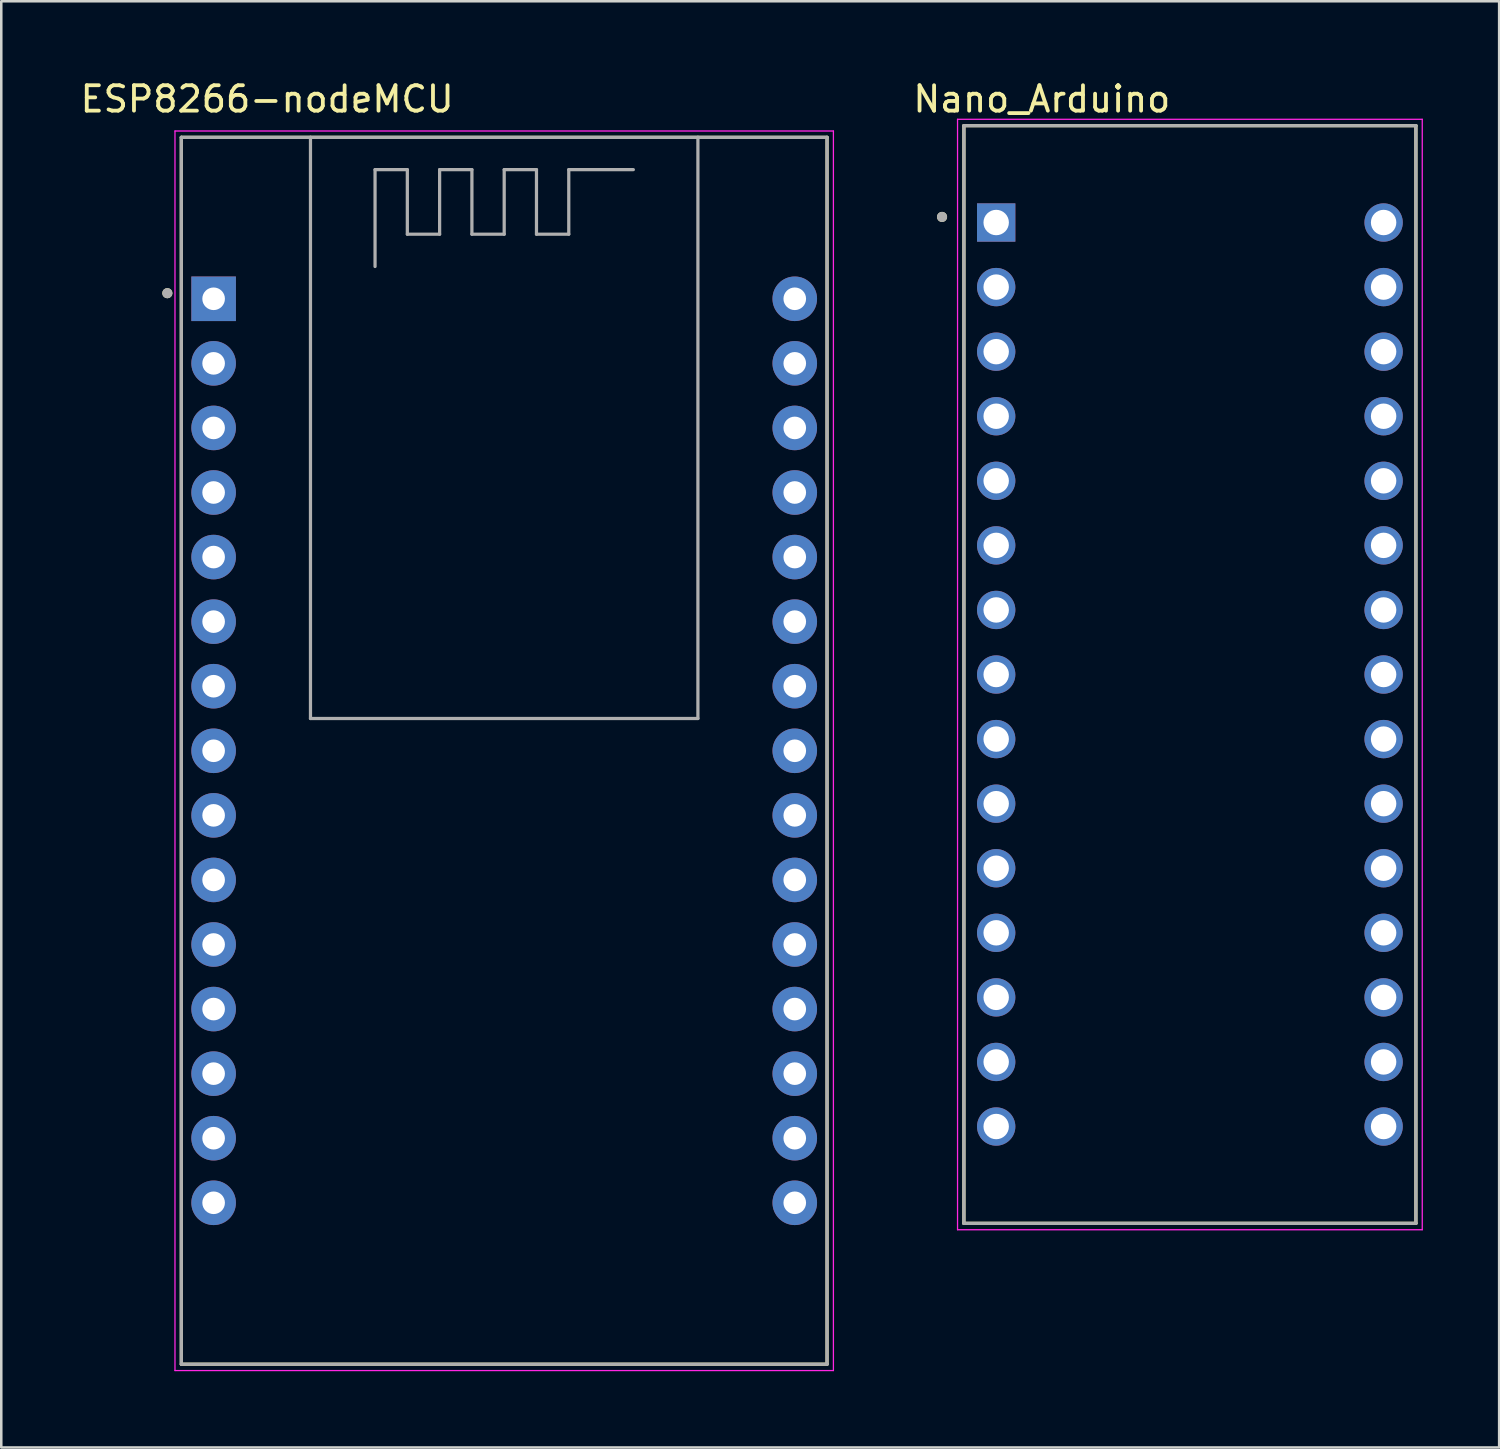
<source format=kicad_pcb>
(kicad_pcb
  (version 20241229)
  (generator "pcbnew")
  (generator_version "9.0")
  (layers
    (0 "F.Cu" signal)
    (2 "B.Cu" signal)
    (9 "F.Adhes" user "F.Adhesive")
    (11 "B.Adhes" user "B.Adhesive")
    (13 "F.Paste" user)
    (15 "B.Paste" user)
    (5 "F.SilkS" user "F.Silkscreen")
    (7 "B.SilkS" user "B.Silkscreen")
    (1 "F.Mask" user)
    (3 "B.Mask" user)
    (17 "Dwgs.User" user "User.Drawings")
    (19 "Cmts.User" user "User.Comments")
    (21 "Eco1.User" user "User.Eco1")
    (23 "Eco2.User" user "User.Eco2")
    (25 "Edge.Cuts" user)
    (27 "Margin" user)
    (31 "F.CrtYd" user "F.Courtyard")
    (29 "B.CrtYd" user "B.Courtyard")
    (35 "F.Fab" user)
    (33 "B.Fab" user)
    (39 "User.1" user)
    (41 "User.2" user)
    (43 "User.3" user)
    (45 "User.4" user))
  (footprint "Nano_Arduino"
    (layer "F.Cu")
    (at 43.756 23.483)
    (property "Reference" "Nano_Arduino" (at -5.825 -22.635 0) (layer "F.SilkS") (effects (font (size 1 1) (thickness 0.15))))
    (attr through_hole)
    (fp_line (start -8.89 -21.59) (end 8.89 -21.59) (stroke (width 0.127) (type solid)) (layer "F.SilkS"))
    (fp_line (start -8.89 21.59) (end -8.89 -21.59) (stroke (width 0.127) (type solid)) (layer "F.SilkS"))
    (fp_line (start 8.89 -21.59) (end 8.89 21.59) (stroke (width 0.127) (type solid)) (layer "F.SilkS"))
    (fp_line (start 8.89 21.59) (end -8.89 21.59) (stroke (width 0.127) (type solid)) (layer "F.SilkS"))
    (fp_circle (center -9.75 -18) (end -9.65 -18) (stroke (width 0.2) (type solid)) (fill no) (layer "F.SilkS"))
    (fp_line (start -9.14 -21.84) (end 9.14 -21.84) (stroke (width 0.05) (type solid)) (layer "F.CrtYd"))
    (fp_line (start -9.14 21.84) (end -9.14 -21.84) (stroke (width 0.05) (type solid)) (layer "F.CrtYd"))
    (fp_line (start 9.14 -21.84) (end 9.14 21.84) (stroke (width 0.05) (type solid)) (layer "F.CrtYd"))
    (fp_line (start 9.14 21.84) (end -9.14 21.84) (stroke (width 0.05) (type solid)) (layer "F.CrtYd"))
    (fp_line (start -8.89 -21.59) (end 8.89 -21.59) (stroke (width 0.127) (type solid)) (layer "F.Fab"))
    (fp_line (start -8.89 21.59) (end -8.89 -21.59) (stroke (width 0.127) (type solid)) (layer "F.Fab"))
    (fp_line (start 8.89 -21.59) (end 8.89 21.59) (stroke (width 0.127) (type solid)) (layer "F.Fab"))
    (fp_line (start 8.89 21.59) (end -8.89 21.59) (stroke (width 0.127) (type solid)) (layer "F.Fab"))
    (fp_circle (center -9.75 -18) (end -9.65 -18) (stroke (width 0.2) (type solid)) (fill no) (layer "F.Fab"))
    (pad "1" thru_hole rect (at -7.62 -17.78) (size 1.508 1.508) (drill 1) (layers "*.Cu" "*.Mask"))
    (pad "2" thru_hole circle (at -7.62 -15.24) (size 1.508 1.508) (drill 1) (layers "*.Cu" "*.Mask"))
    (pad "3" thru_hole circle (at -7.62 -12.7) (size 1.508 1.508) (drill 1) (layers "*.Cu" "*.Mask"))
    (pad "4" thru_hole circle (at -7.62 -10.16) (size 1.508 1.508) (drill 1) (layers "*.Cu" "*.Mask"))
    (pad "5" thru_hole circle (at -7.62 -7.62) (size 1.508 1.508) (drill 1) (layers "*.Cu" "*.Mask"))
    (pad "6" thru_hole circle (at -7.62 -5.08) (size 1.508 1.508) (drill 1) (layers "*.Cu" "*.Mask"))
    (pad "7" thru_hole circle (at -7.62 -2.54) (size 1.508 1.508) (drill 1) (layers "*.Cu" "*.Mask"))
    (pad "8" thru_hole circle (at -7.62 0) (size 1.508 1.508) (drill 1) (layers "*.Cu" "*.Mask"))
    (pad "9" thru_hole circle (at -7.62 2.54) (size 1.508 1.508) (drill 1) (layers "*.Cu" "*.Mask"))
    (pad "10" thru_hole circle (at -7.62 5.08) (size 1.508 1.508) (drill 1) (layers "*.Cu" "*.Mask"))
    (pad "11" thru_hole circle (at -7.62 7.62) (size 1.508 1.508) (drill 1) (layers "*.Cu" "*.Mask"))
    (pad "12" thru_hole circle (at -7.62 10.16) (size 1.508 1.508) (drill 1) (layers "*.Cu" "*.Mask"))
    (pad "13" thru_hole circle (at -7.62 12.7) (size 1.508 1.508) (drill 1) (layers "*.Cu" "*.Mask"))
    (pad "14" thru_hole circle (at -7.62 15.24) (size 1.508 1.508) (drill 1) (layers "*.Cu" "*.Mask"))
    (pad "15" thru_hole circle (at -7.62 17.78) (size 1.508 1.508) (drill 1) (layers "*.Cu" "*.Mask"))
    (pad "16" thru_hole circle (at 7.62 17.78) (size 1.508 1.508) (drill 1) (layers "*.Cu" "*.Mask"))
    (pad "17" thru_hole circle (at 7.62 15.24) (size 1.508 1.508) (drill 1) (layers "*.Cu" "*.Mask"))
    (pad "18" thru_hole circle (at 7.62 12.7) (size 1.508 1.508) (drill 1) (layers "*.Cu" "*.Mask"))
    (pad "19" thru_hole circle (at 7.62 10.16) (size 1.508 1.508) (drill 1) (layers "*.Cu" "*.Mask"))
    (pad "20" thru_hole circle (at 7.62 7.62) (size 1.508 1.508) (drill 1) (layers "*.Cu" "*.Mask"))
    (pad "21" thru_hole circle (at 7.62 5.08) (size 1.508 1.508) (drill 1) (layers "*.Cu" "*.Mask"))
    (pad "22" thru_hole circle (at 7.62 2.54) (size 1.508 1.508) (drill 1) (layers "*.Cu" "*.Mask"))
    (pad "23" thru_hole circle (at 7.62 0) (size 1.508 1.508) (drill 1) (layers "*.Cu" "*.Mask"))
    (pad "24" thru_hole circle (at 7.62 -2.54) (size 1.508 1.508) (drill 1) (layers "*.Cu" "*.Mask"))
    (pad "25" thru_hole circle (at 7.62 -5.08) (size 1.508 1.508) (drill 1) (layers "*.Cu" "*.Mask"))
    (pad "26" thru_hole circle (at 7.62 -7.62) (size 1.508 1.508) (drill 1) (layers "*.Cu" "*.Mask"))
    (pad "27" thru_hole circle (at 7.62 -10.16) (size 1.508 1.508) (drill 1) (layers "*.Cu" "*.Mask"))
    (pad "28" thru_hole circle (at 7.62 -12.7) (size 1.508 1.508) (drill 1) (layers "*.Cu" "*.Mask"))
    (pad "29" thru_hole circle (at 7.62 -15.24) (size 1.508 1.508) (drill 1) (layers "*.Cu" "*.Mask"))
    (pad "30" thru_hole circle (at 7.62 -17.78) (size 1.508 1.508) (drill 1) (layers "*.Cu" "*.Mask")))
  (footprint "ESP8266-nodeMCU"
    (layer "F.Cu")
    (at 16.783 26.483)
    (property "Reference" "ESP8266-nodeMCU" (at -9.325 -25.635 0) (layer "F.SilkS") (effects (font (size 1 1) (thickness 0.15))))
    (attr through_hole)
    (fp_line (start -12.7 -24.13) (end 12.7 -24.13) (stroke (width 0.127) (type solid)) (layer "F.SilkS"))
    (fp_line (start -12.7 24.13) (end -12.7 -24.13) (stroke (width 0.127) (type solid)) (layer "F.SilkS"))
    (fp_line (start -12.7 24.13) (end 12.7 24.13) (stroke (width 0.127) (type solid)) (layer "F.SilkS"))
    (fp_line (start 12.7 -24.13) (end 12.7 24.13) (stroke (width 0.127) (type solid)) (layer "F.SilkS"))
    (fp_circle (center -13.25 -18) (end -13.15 -18) (stroke (width 0.2) (type solid)) (fill no) (layer "F.SilkS"))
    (fp_line (start -12.95 -24.38) (end 12.95 -24.38) (stroke (width 0.05) (type solid)) (layer "F.CrtYd"))
    (fp_line (start -12.95 24.38) (end -12.95 -24.38) (stroke (width 0.05) (type solid)) (layer "F.CrtYd"))
    (fp_line (start 12.95 -24.38) (end 12.95 24.38) (stroke (width 0.05) (type solid)) (layer "F.CrtYd"))
    (fp_line (start 12.95 24.38) (end -12.95 24.38) (stroke (width 0.05) (type solid)) (layer "F.CrtYd"))
    (fp_line (start -12.7 -24.13) (end -7.62 -24.13) (stroke (width 0.127) (type solid)) (layer "F.Fab"))
    (fp_line (start -12.7 24.13) (end -12.7 -24.13) (stroke (width 0.127) (type solid)) (layer "F.Fab"))
    (fp_line (start -12.7 24.13) (end 12.7 24.13) (stroke (width 0.127) (type solid)) (layer "F.Fab"))
    (fp_line (start -7.62 -24.13) (end -7.62 -1.27) (stroke (width 0.127) (type solid)) (layer "F.Fab"))
    (fp_line (start -7.62 -24.13) (end 7.62 -24.13) (stroke (width 0.127) (type solid)) (layer "F.Fab"))
    (fp_line (start -7.62 -1.27) (end 7.62 -1.27) (stroke (width 0.127) (type solid)) (layer "F.Fab"))
    (fp_line (start -5.08 -22.86) (end -3.81 -22.86) (stroke (width 0.127) (type solid)) (layer "F.Fab"))
    (fp_line (start -5.08 -19.05) (end -5.08 -22.86) (stroke (width 0.127) (type solid)) (layer "F.Fab"))
    (fp_line (start -3.81 -22.86) (end -3.81 -20.32) (stroke (width 0.127) (type solid)) (layer "F.Fab"))
    (fp_line (start -3.81 -20.32) (end -2.54 -20.32) (stroke (width 0.127) (type solid)) (layer "F.Fab"))
    (fp_line (start -2.54 -22.86) (end -1.27 -22.86) (stroke (width 0.127) (type solid)) (layer "F.Fab"))
    (fp_line (start -2.54 -20.32) (end -2.54 -22.86) (stroke (width 0.127) (type solid)) (layer "F.Fab"))
    (fp_line (start -1.27 -22.86) (end -1.27 -20.32) (stroke (width 0.127) (type solid)) (layer "F.Fab"))
    (fp_line (start -1.27 -20.32) (end 0 -20.32) (stroke (width 0.127) (type solid)) (layer "F.Fab"))
    (fp_line (start 0 -22.86) (end 1.27 -22.86) (stroke (width 0.127) (type solid)) (layer "F.Fab"))
    (fp_line (start 0 -20.32) (end 0 -22.86) (stroke (width 0.127) (type solid)) (layer "F.Fab"))
    (fp_line (start 1.27 -22.86) (end 1.27 -20.32) (stroke (width 0.127) (type solid)) (layer "F.Fab"))
    (fp_line (start 1.27 -20.32) (end 2.54 -20.32) (stroke (width 0.127) (type solid)) (layer "F.Fab"))
    (fp_line (start 2.54 -22.86) (end 5.08 -22.86) (stroke (width 0.127) (type solid)) (layer "F.Fab"))
    (fp_line (start 2.54 -20.32) (end 2.54 -22.86) (stroke (width 0.127) (type solid)) (layer "F.Fab"))
    (fp_line (start 7.62 -24.13) (end 12.7 -24.13) (stroke (width 0.127) (type solid)) (layer "F.Fab"))
    (fp_line (start 7.62 -1.27) (end 7.62 -24.13) (stroke (width 0.127) (type solid)) (layer "F.Fab"))
    (fp_line (start 12.7 -24.13) (end 12.7 24.13) (stroke (width 0.127) (type solid)) (layer "F.Fab"))
    (fp_circle (center -13.25 -18) (end -13.15 -18) (stroke (width 0.2) (type solid)) (fill no) (layer "F.Fab"))
    (pad "1" thru_hole rect (at -11.43 -17.78) (size 1.753 1.753) (drill 0.889) (layers "*.Cu" "*.Mask"))
    (pad "2" thru_hole circle (at -11.43 -15.24) (size 1.753 1.753) (drill 0.889) (layers "*.Cu" "*.Mask"))
    (pad "3" thru_hole circle (at -11.43 -12.7) (size 1.753 1.753) (drill 0.889) (layers "*.Cu" "*.Mask"))
    (pad "4" thru_hole circle (at -11.43 -10.16) (size 1.753 1.753) (drill 0.889) (layers "*.Cu" "*.Mask"))
    (pad "5" thru_hole circle (at -11.43 -7.62) (size 1.753 1.753) (drill 0.889) (layers "*.Cu" "*.Mask"))
    (pad "6" thru_hole circle (at -11.43 -5.08) (size 1.753 1.753) (drill 0.889) (layers "*.Cu" "*.Mask"))
    (pad "7" thru_hole circle (at -11.43 -2.54) (size 1.753 1.753) (drill 0.889) (layers "*.Cu" "*.Mask"))
    (pad "8" thru_hole circle (at -11.43 0) (size 1.753 1.753) (drill 0.889) (layers "*.Cu" "*.Mask"))
    (pad "9" thru_hole circle (at -11.43 2.54) (size 1.753 1.753) (drill 0.889) (layers "*.Cu" "*.Mask"))
    (pad "10" thru_hole circle (at -11.43 5.08) (size 1.753 1.753) (drill 0.889) (layers "*.Cu" "*.Mask"))
    (pad "11" thru_hole circle (at -11.43 7.62) (size 1.753 1.753) (drill 0.889) (layers "*.Cu" "*.Mask"))
    (pad "12" thru_hole circle (at -11.43 10.16) (size 1.753 1.753) (drill 0.889) (layers "*.Cu" "*.Mask"))
    (pad "13" thru_hole circle (at -11.43 12.7) (size 1.753 1.753) (drill 0.889) (layers "*.Cu" "*.Mask"))
    (pad "14" thru_hole circle (at -11.43 15.24) (size 1.753 1.753) (drill 0.889) (layers "*.Cu" "*.Mask"))
    (pad "15" thru_hole circle (at -11.43 17.78) (size 1.753 1.753) (drill 0.889) (layers "*.Cu" "*.Mask"))
    (pad "16" thru_hole circle (at 11.43 17.78) (size 1.753 1.753) (drill 0.889) (layers "*.Cu" "*.Mask"))
    (pad "17" thru_hole circle (at 11.43 15.24) (size 1.753 1.753) (drill 0.889) (layers "*.Cu" "*.Mask"))
    (pad "18" thru_hole circle (at 11.43 12.7) (size 1.753 1.753) (drill 0.889) (layers "*.Cu" "*.Mask"))
    (pad "19" thru_hole circle (at 11.43 10.16) (size 1.753 1.753) (drill 0.889) (layers "*.Cu" "*.Mask"))
    (pad "20" thru_hole circle (at 11.43 7.62) (size 1.753 1.753) (drill 0.889) (layers "*.Cu" "*.Mask"))
    (pad "21" thru_hole circle (at 11.43 5.08) (size 1.753 1.753) (drill 0.889) (layers "*.Cu" "*.Mask"))
    (pad "22" thru_hole circle (at 11.43 2.54) (size 1.753 1.753) (drill 0.889) (layers "*.Cu" "*.Mask"))
    (pad "23" thru_hole circle (at 11.43 0) (size 1.753 1.753) (drill 0.889) (layers "*.Cu" "*.Mask"))
    (pad "24" thru_hole circle (at 11.43 -2.54) (size 1.753 1.753) (drill 0.889) (layers "*.Cu" "*.Mask"))
    (pad "25" thru_hole circle (at 11.43 -5.08) (size 1.753 1.753) (drill 0.889) (layers "*.Cu" "*.Mask"))
    (pad "26" thru_hole circle (at 11.43 -7.62) (size 1.753 1.753) (drill 0.889) (layers "*.Cu" "*.Mask"))
    (pad "27" thru_hole circle (at 11.43 -10.16) (size 1.753 1.753) (drill 0.889) (layers "*.Cu" "*.Mask"))
    (pad "28" thru_hole circle (at 11.43 -12.7) (size 1.753 1.753) (drill 0.889) (layers "*.Cu" "*.Mask"))
    (pad "29" thru_hole circle (at 11.43 -15.24) (size 1.753 1.753) (drill 0.889) (layers "*.Cu" "*.Mask"))
    (pad "30" thru_hole circle (at 11.43 -17.78) (size 1.753 1.753) (drill 0.889) (layers "*.Cu" "*.Mask")))
  (gr_rect
    (start -3 -3)
    (end 55.921 53.888)
    (stroke (width 0.1) (type default))
    (fill no)
    (layer "Edge.Cuts")))
</source>
